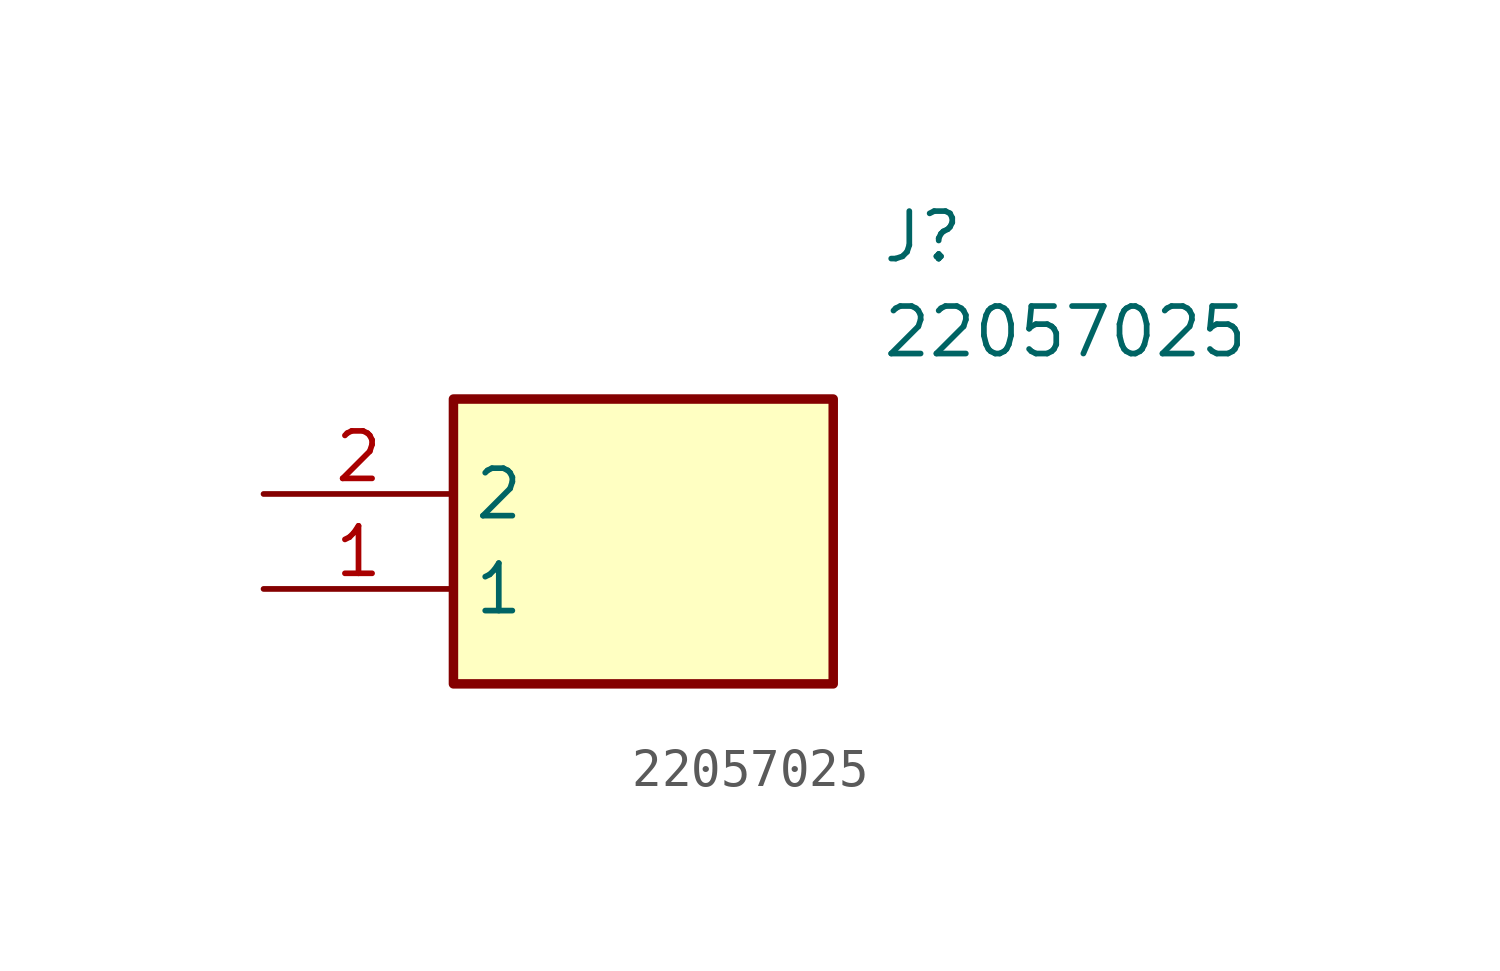
<source format=kicad_sym>
(kicad_symbol_lib
  (version 20211014)
  (generator SamacSys_ECAD_Model)
  (symbol "22057025"
    (property "Reference" "J"
      (at 16.51 7.62 0)
      (effects (font (size 1.27 1.27)) (justify left top)))
    (property "Value" "22057025"
      (at 16.51 5.08 0)
      (effects (font (size 1.27 1.27)) (justify left top)))
    (rectangle
      (start 5.08 2.54)
      (end 15.24 -5.08)
      (stroke (width 0.254) (type default))
      (fill (type background)))
    (pin passive line
      (at 0 -2.54 0)
      (length 5.08)
      (name "1" (effects (font (size 1.27 1.27))))
      (number "1" (effects (font (size 1.27 1.27)))))
    (pin passive line
      (at 0 0 0)
      (length 5.08)
      (name "2" (effects (font (size 1.27 1.27))))
      (number "2" (effects (font (size 1.27 1.27)))))))
</source>
